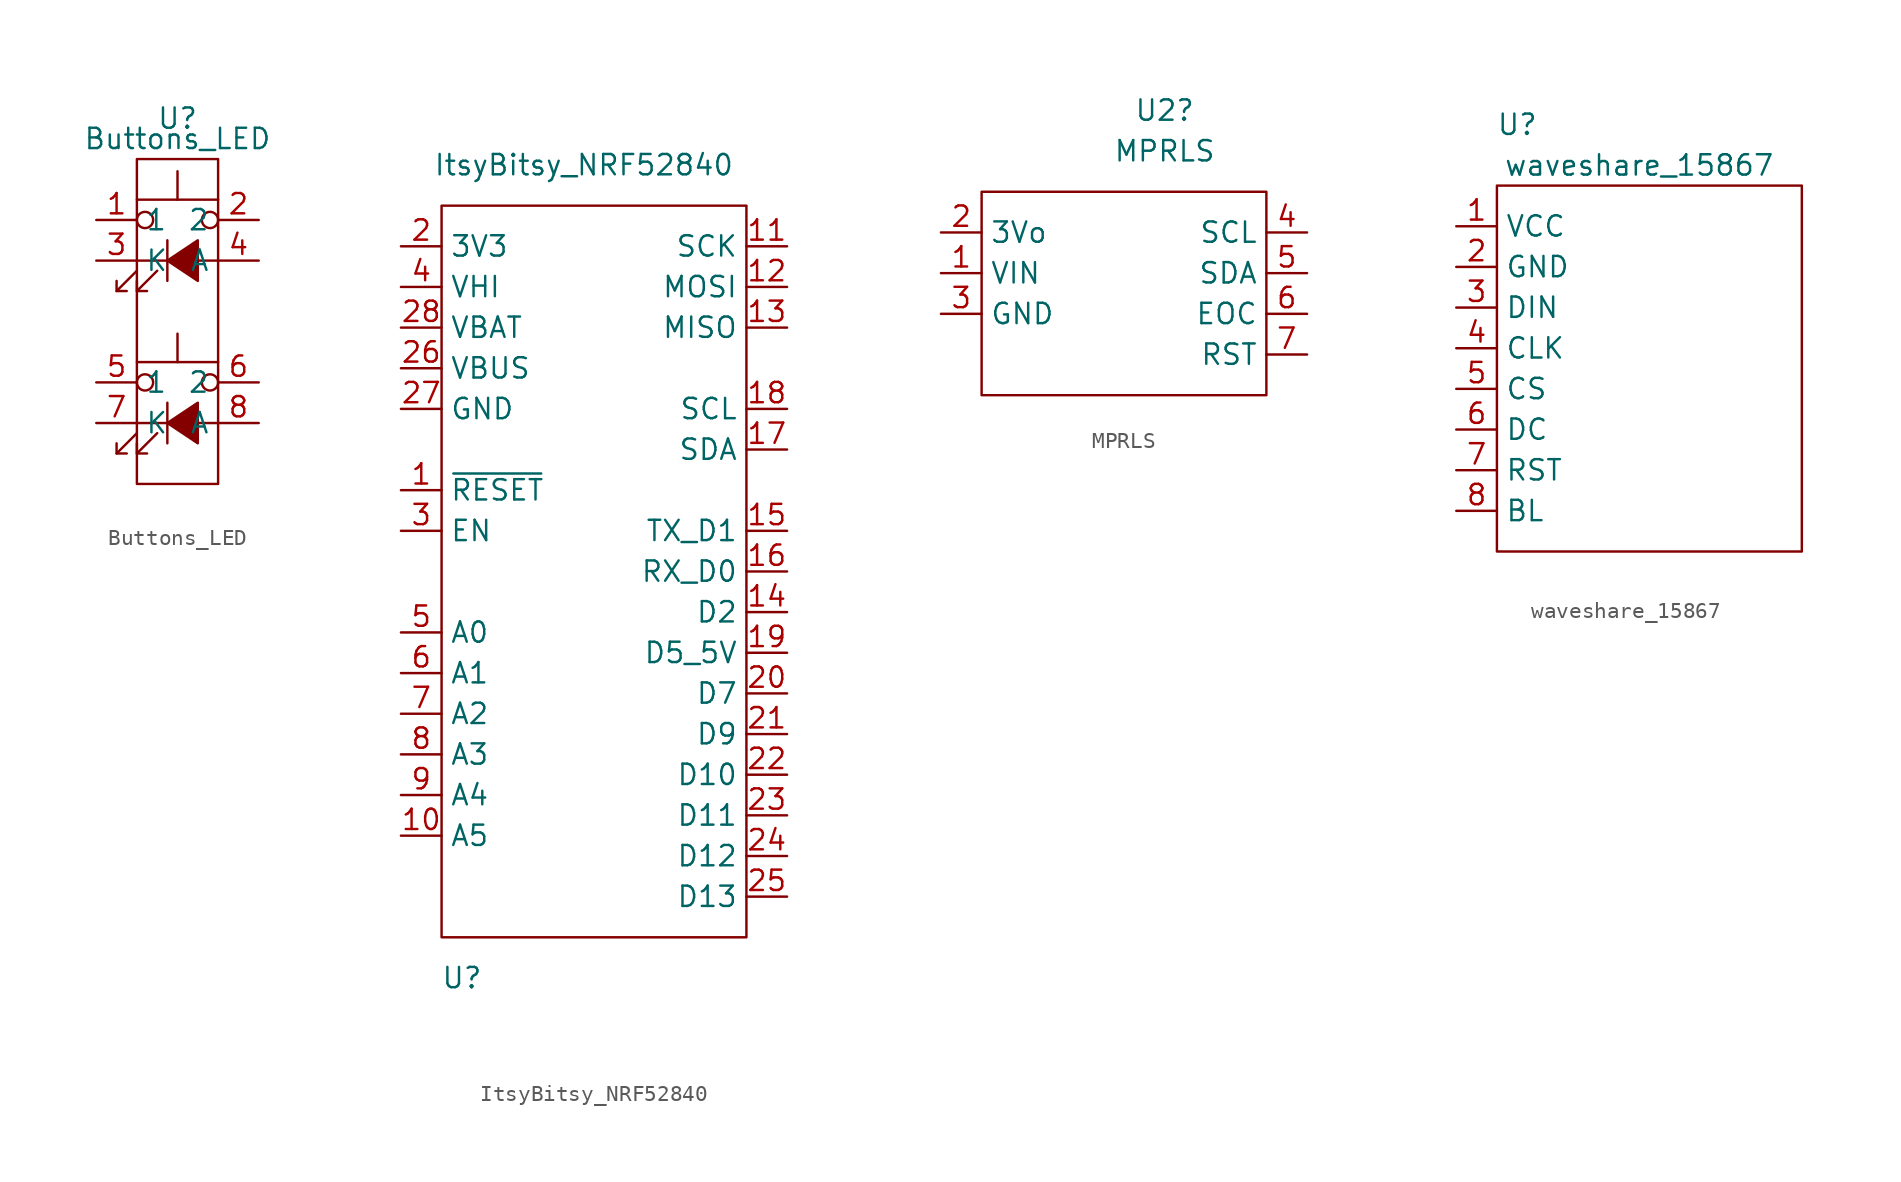
<source format=kicad_sym>
(kicad_symbol_lib
  (version 20211014)
  (generator kicad_symbol_editor)
  (symbol "Buttons_LED"
    (property "Reference" "U"
      (at 0 0 0)
      (effects (font (size 1.27 1.27))))
    (property "Value" "Buttons_LED"
      (at 0 -1.27 0)
      (effects (font (size 1.27 1.27))))
    (symbol "Buttons_LED_0_0"
      (polyline (pts (xy -3.81 -20.955) (xy -2.54 -19.685)) (stroke (width 0) (type default) (color 0 0 0 0)) (fill (type none)))
      (polyline (pts (xy -3.81 -10.795) (xy -2.54 -9.525)) (stroke (width 0) (type default) (color 0 0 0 0)) (fill (type none)))
      (polyline (pts (xy -2.54 -20.955) (xy -1.27 -19.685)) (stroke (width 0) (type default) (color 0 0 0 0)) (fill (type none)))
      (polyline (pts (xy -2.54 -19.05) (xy 2.54 -19.05)) (stroke (width 0) (type default) (color 0 0 0 0)) (fill (type none)))
      (polyline (pts (xy -2.54 -10.795) (xy -1.27 -9.525)) (stroke (width 0) (type default) (color 0 0 0 0)) (fill (type none)))
      (polyline (pts (xy -2.54 -8.89) (xy 2.54 -8.89)) (stroke (width 0) (type default) (color 0 0 0 0)) (fill (type none)))
      (polyline (pts (xy -0.635 -17.78) (xy -0.635 -20.32)) (stroke (width 0) (type default) (color 0 0 0 0)) (fill (type none)))
      (polyline (pts (xy -0.635 -7.62) (xy -0.635 -10.16)) (stroke (width 0) (type default) (color 0 0 0 0)) (fill (type none)))
      (polyline (pts (xy -3.81 -20.32) (xy -3.81 -20.955) (xy -3.175 -20.955)) (stroke (width 0) (type default) (color 0 0 0 0)) (fill (type none)))
      (polyline (pts (xy -3.81 -10.16) (xy -3.81 -10.795) (xy -3.175 -10.795)) (stroke (width 0) (type default) (color 0 0 0 0)) (fill (type none)))
      (polyline (pts (xy -2.54 -20.32) (xy -2.54 -20.955) (xy -1.905 -20.955)) (stroke (width 0) (type default) (color 0 0 0 0)) (fill (type none)))
      (polyline (pts (xy -2.54 -10.16) (xy -2.54 -10.795) (xy -1.905 -10.795)) (stroke (width 0) (type default) (color 0 0 0 0)) (fill (type none)))
      (polyline (pts (xy -0.635 -19.05) (xy 1.27 -17.78) (xy 1.27 -20.32) (xy -0.635 -19.05)) (stroke (width 0) (type default) (color 0 0 0 0)) (fill (type outline)))
      (polyline (pts (xy -0.635 -8.89) (xy 1.27 -7.62) (xy 1.27 -10.16) (xy -0.635 -8.89)) (stroke (width 0) (type default) (color 0 0 0 0)) (fill (type outline))))
    (symbol "Buttons_LED_0_1"
      (rectangle (start -2.54 -22.86) (end 2.54 -2.54) (stroke (width 0) (type default) (color 0 0 0 0)) (fill (type none)))
      (circle (center -2.032 -16.51) (radius 0.508) (stroke (width 0) (type default) (color 0 0 0 0)) (fill (type none)))
      (circle (center -2.032 -6.35) (radius 0.508) (stroke (width 0) (type default) (color 0 0 0 0)) (fill (type none)))
      (polyline (pts (xy 0 -15.24) (xy 0 -13.462)) (stroke (width 0) (type default) (color 0 0 0 0)) (fill (type none)))
      (polyline (pts (xy 0 -5.08) (xy 0 -3.302)) (stroke (width 0) (type default) (color 0 0 0 0)) (fill (type none)))
      (polyline (pts (xy 2.54 -15.24) (xy -2.54 -15.24)) (stroke (width 0) (type default) (color 0 0 0 0)) (fill (type none)))
      (polyline (pts (xy 2.54 -5.08) (xy -2.54 -5.08)) (stroke (width 0) (type default) (color 0 0 0 0)) (fill (type none)))
      (circle (center 2.032 -16.51) (radius 0.508) (stroke (width 0) (type default) (color 0 0 0 0)) (fill (type none)))
      (circle (center 2.032 -6.35) (radius 0.508) (stroke (width 0) (type default) (color 0 0 0 0)) (fill (type none)))
      (pin passive line (at -5.08 -6.35 0) (length 2.54) (name "1" (effects (font (size 1.27 1.27)))) (number "1" (effects (font (size 1.27 1.27)))))
      (pin passive line (at 5.08 -6.35 180) (length 2.54) (name "2" (effects (font (size 1.27 1.27)))) (number "2" (effects (font (size 1.27 1.27)))))
      (pin passive line (at -5.08 -8.89 0) (length 2.54) (name "K" (effects (font (size 1.27 1.27)))) (number "3" (effects (font (size 1.27 1.27)))))
      (pin passive line (at 5.08 -8.89 180) (length 2.54) (name "A" (effects (font (size 1.27 1.27)))) (number "4" (effects (font (size 1.27 1.27)))))
      (pin passive line (at -5.08 -16.51 0) (length 2.54) (name "1" (effects (font (size 1.27 1.27)))) (number "5" (effects (font (size 1.27 1.27)))))
      (pin passive line (at 5.08 -16.51 180) (length 2.54) (name "2" (effects (font (size 1.27 1.27)))) (number "6" (effects (font (size 1.27 1.27)))))
      (pin passive line (at -5.08 -19.05 0) (length 2.54) (name "K" (effects (font (size 1.27 1.27)))) (number "7" (effects (font (size 1.27 1.27)))))
      (pin passive line (at 5.08 -19.05 180) (length 2.54) (name "A" (effects (font (size 1.27 1.27)))) (number "8" (effects (font (size 1.27 1.27)))))))
  (symbol "ItsyBitsy_NRF52840"
    (property "Reference" "U"
      (at -8.89 -48.26 0)
      (effects (font (size 1.27 1.27))))
    (property "Value" "ItsyBitsy_NRF52840"
      (at -1.27 2.54 0)
      (effects (font (size 1.27 1.27))))
    (symbol "ItsyBitsy_NRF52840_0_1"
      (rectangle (start -10.16 0) (end 8.89 -45.72) (stroke (width 0) (type default) (color 0 0 0 0)) (fill (type none))))
    (symbol "ItsyBitsy_NRF52840_1_1"
      (pin input line (at -12.7 -17.78 0) (length 2.54) (name "~{RESET}" (effects (font (size 1.27 1.27)))) (number "1" (effects (font (size 1.27 1.27)))))
      (pin output line (at -12.7 -39.37 0) (length 2.54) (name "A5" (effects (font (size 1.27 1.27)))) (number "10" (effects (font (size 1.27 1.27)))))
      (pin output line (at 11.43 -2.54 180) (length 2.54) (name "SCK" (effects (font (size 1.27 1.27)))) (number "11" (effects (font (size 1.27 1.27)))))
      (pin output line (at 11.43 -5.08 180) (length 2.54) (name "MOSI" (effects (font (size 1.27 1.27)))) (number "12" (effects (font (size 1.27 1.27)))))
      (pin output line (at 11.43 -7.62 180) (length 2.54) (name "MISO" (effects (font (size 1.27 1.27)))) (number "13" (effects (font (size 1.27 1.27)))))
      (pin output line (at 11.43 -25.4 180) (length 2.54) (name "D2" (effects (font (size 1.27 1.27)))) (number "14" (effects (font (size 1.27 1.27)))))
      (pin output line (at 11.43 -20.32 180) (length 2.54) (name "TX_D1" (effects (font (size 1.27 1.27)))) (number "15" (effects (font (size 1.27 1.27)))))
      (pin output line (at 11.43 -22.86 180) (length 2.54) (name "RX_D0" (effects (font (size 1.27 1.27)))) (number "16" (effects (font (size 1.27 1.27)))))
      (pin output line (at 11.43 -15.24 180) (length 2.54) (name "SDA" (effects (font (size 1.27 1.27)))) (number "17" (effects (font (size 1.27 1.27)))))
      (pin output line (at 11.43 -12.7 180) (length 2.54) (name "SCL" (effects (font (size 1.27 1.27)))) (number "18" (effects (font (size 1.27 1.27)))))
      (pin output line (at 11.43 -27.94 180) (length 2.54) (name "D5_5V" (effects (font (size 1.27 1.27)))) (number "19" (effects (font (size 1.27 1.27)))))
      (pin output line (at -12.7 -2.54 0) (length 2.54) (name "3V3" (effects (font (size 1.27 1.27)))) (number "2" (effects (font (size 1.27 1.27)))))
      (pin output line (at 11.43 -30.48 180) (length 2.54) (name "D7" (effects (font (size 1.27 1.27)))) (number "20" (effects (font (size 1.27 1.27)))))
      (pin output line (at 11.43 -33.02 180) (length 2.54) (name "D9" (effects (font (size 1.27 1.27)))) (number "21" (effects (font (size 1.27 1.27)))))
      (pin output line (at 11.43 -35.56 180) (length 2.54) (name "D10" (effects (font (size 1.27 1.27)))) (number "22" (effects (font (size 1.27 1.27)))))
      (pin output line (at 11.43 -38.1 180) (length 2.54) (name "D11" (effects (font (size 1.27 1.27)))) (number "23" (effects (font (size 1.27 1.27)))))
      (pin output line (at 11.43 -40.64 180) (length 2.54) (name "D12" (effects (font (size 1.27 1.27)))) (number "24" (effects (font (size 1.27 1.27)))))
      (pin output line (at 11.43 -43.18 180) (length 2.54) (name "D13" (effects (font (size 1.27 1.27)))) (number "25" (effects (font (size 1.27 1.27)))))
      (pin output line (at -12.7 -10.16 0) (length 2.54) (name "VBUS" (effects (font (size 1.27 1.27)))) (number "26" (effects (font (size 1.27 1.27)))))
      (pin output line (at -12.7 -12.7 0) (length 2.54) (name "GND" (effects (font (size 1.27 1.27)))) (number "27" (effects (font (size 1.27 1.27)))))
      (pin output line (at -12.7 -7.62 0) (length 2.54) (name "VBAT" (effects (font (size 1.27 1.27)))) (number "28" (effects (font (size 1.27 1.27)))))
      (pin input line (at -12.7 -20.32 0) (length 2.54) (name "EN" (effects (font (size 1.27 1.27)))) (number "3" (effects (font (size 1.27 1.27)))))
      (pin output line (at -12.7 -5.08 0) (length 2.54) (name "VHI" (effects (font (size 1.27 1.27)))) (number "4" (effects (font (size 1.27 1.27)))))
      (pin output line (at -12.7 -26.67 0) (length 2.54) (name "A0" (effects (font (size 1.27 1.27)))) (number "5" (effects (font (size 1.27 1.27)))))
      (pin output line (at -12.7 -29.21 0) (length 2.54) (name "A1" (effects (font (size 1.27 1.27)))) (number "6" (effects (font (size 1.27 1.27)))))
      (pin output line (at -12.7 -31.75 0) (length 2.54) (name "A2" (effects (font (size 1.27 1.27)))) (number "7" (effects (font (size 1.27 1.27)))))
      (pin output line (at -12.7 -34.29 0) (length 2.54) (name "A3" (effects (font (size 1.27 1.27)))) (number "8" (effects (font (size 1.27 1.27)))))
      (pin output line (at -12.7 -36.83 0) (length 2.54) (name "A4" (effects (font (size 1.27 1.27)))) (number "9" (effects (font (size 1.27 1.27)))))))
  (symbol "MPRLS"
    (property "Reference" "U2"
      (at 1.27 13.97 0)
      (effects (font (size 1.27 1.27))))
    (property "Value" "MPRLS"
      (at 1.27 11.43 0)
      (effects (font (size 1.27 1.27))))
    (symbol "MPRLS_0_1"
      (rectangle (start -10.16 8.89) (end 7.62 -3.81) (stroke (width 0) (type default) (color 0 0 0 0)) (fill (type none))))
    (symbol "MPRLS_1_1"
      (pin power_in line (at -12.7 3.81 0) (length 2.54) (name "VIN" (effects (font (size 1.27 1.27)))) (number "1" (effects (font (size 1.27 1.27)))))
      (pin power_out line (at -12.7 6.35 0) (length 2.54) (name "3Vo" (effects (font (size 1.27 1.27)))) (number "2" (effects (font (size 1.27 1.27)))))
      (pin power_in line (at -12.7 1.27 0) (length 2.54) (name "GND" (effects (font (size 1.27 1.27)))) (number "3" (effects (font (size 1.27 1.27)))))
      (pin bidirectional line (at 10.16 6.35 180) (length 2.54) (name "SCL" (effects (font (size 1.27 1.27)))) (number "4" (effects (font (size 1.27 1.27)))))
      (pin bidirectional line (at 10.16 3.81 180) (length 2.54) (name "SDA" (effects (font (size 1.27 1.27)))) (number "5" (effects (font (size 1.27 1.27)))))
      (pin bidirectional line (at 10.16 1.27 180) (length 2.54) (name "EOC" (effects (font (size 1.27 1.27)))) (number "6" (effects (font (size 1.27 1.27)))))
      (pin bidirectional line (at 10.16 -1.27 180) (length 2.54) (name "RST" (effects (font (size 1.27 1.27)))) (number "7" (effects (font (size 1.27 1.27)))))))
  (symbol "waveshare_15867"
    (property "Reference" "U"
      (at -7.62 13.97 0)
      (effects (font (size 1.27 1.27))))
    (property "Value" "waveshare_15867"
      (at 0 11.43 0)
      (effects (font (size 1.27 1.27))))
    (symbol "waveshare_15867_0_1"
      (rectangle (start -8.89 10.16) (end 10.16 -12.7) (stroke (width 0) (type default) (color 0 0 0 0)) (fill (type none))))
    (symbol "waveshare_15867_1_1"
      (pin power_in line (at -11.43 7.62 0) (length 2.54) (name "VCC" (effects (font (size 1.27 1.27)))) (number "1" (effects (font (size 1.27 1.27)))))
      (pin power_in line (at -11.43 5.08 0) (length 2.54) (name "GND" (effects (font (size 1.27 1.27)))) (number "2" (effects (font (size 1.27 1.27)))))
      (pin input line (at -11.43 2.54 0) (length 2.54) (name "DIN" (effects (font (size 1.27 1.27)))) (number "3" (effects (font (size 1.27 1.27)))))
      (pin input line (at -11.43 0 0) (length 2.54) (name "CLK" (effects (font (size 1.27 1.27)))) (number "4" (effects (font (size 1.27 1.27)))))
      (pin input line (at -11.43 -2.54 0) (length 2.54) (name "CS" (effects (font (size 1.27 1.27)))) (number "5" (effects (font (size 1.27 1.27)))))
      (pin input line (at -11.43 -5.08 0) (length 2.54) (name "DC" (effects (font (size 1.27 1.27)))) (number "6" (effects (font (size 1.27 1.27)))))
      (pin input line (at -11.43 -7.62 0) (length 2.54) (name "RST" (effects (font (size 1.27 1.27)))) (number "7" (effects (font (size 1.27 1.27)))))
      (pin input line (at -11.43 -10.16 0) (length 2.54) (name "BL" (effects (font (size 1.27 1.27)))) (number "8" (effects (font (size 1.27 1.27))))))))
</source>
